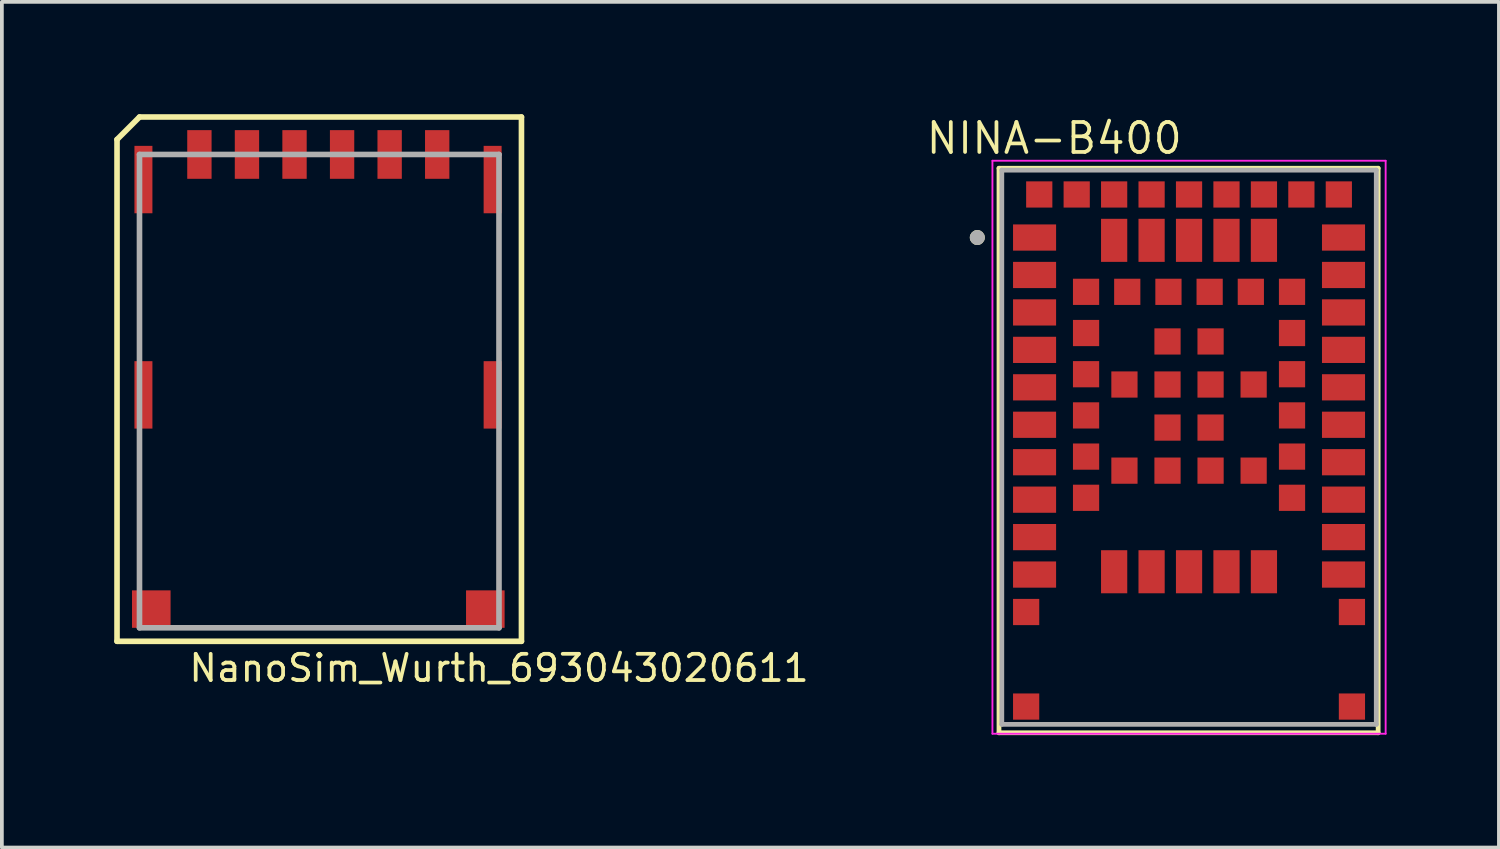
<source format=kicad_pcb>
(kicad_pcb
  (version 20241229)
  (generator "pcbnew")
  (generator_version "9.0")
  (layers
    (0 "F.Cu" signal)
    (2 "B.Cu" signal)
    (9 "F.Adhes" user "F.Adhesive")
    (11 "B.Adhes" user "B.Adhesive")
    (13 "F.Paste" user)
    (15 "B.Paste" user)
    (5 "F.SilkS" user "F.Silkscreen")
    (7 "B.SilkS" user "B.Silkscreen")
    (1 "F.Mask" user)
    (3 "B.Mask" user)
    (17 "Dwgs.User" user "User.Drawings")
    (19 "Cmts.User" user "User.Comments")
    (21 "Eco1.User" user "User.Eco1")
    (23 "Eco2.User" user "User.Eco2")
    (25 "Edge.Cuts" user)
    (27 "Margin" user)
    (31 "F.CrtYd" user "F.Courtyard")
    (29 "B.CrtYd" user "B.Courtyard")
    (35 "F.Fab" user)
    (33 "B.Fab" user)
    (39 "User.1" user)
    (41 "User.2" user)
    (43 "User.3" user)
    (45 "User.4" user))
  (footprint "NINA-B400"
    (layer "F.Cu")
    (at 28.702 7.293)
    (property "Reference" "NINA-B400" (at -3.6 -6.65 0) (layer "F.SilkS") (effects (font (size 0.8 0.8) (thickness 0.1))))
    (attr through_hole)
    (fp_line (start -5.075 -5.85) (end 5.05 -5.85) (stroke (width 0.127) (type solid)) (layer "F.SilkS"))
    (fp_line (start -5.075 9.225) (end -5.075 -5.85) (stroke (width 0.127) (type solid)) (layer "F.SilkS"))
    (fp_line (start 5.05 9.225) (end -5.075 9.225) (stroke (width 0.127) (type solid)) (layer "F.SilkS"))
    (fp_line (start 5.05 9.225) (end 5.05 -5.85) (stroke (width 0.127) (type solid)) (layer "F.SilkS"))
    (fp_circle (center -5.654 -4) (end -5.554 -4) (stroke (width 0.2) (type solid)) (fill no) (layer "F.SilkS"))
    (fp_line (start -5.25 -6.05) (end 5.25 -6.05) (stroke (width 0.05) (type solid)) (layer "F.CrtYd"))
    (fp_line (start -5.25 9.25) (end -5.25 -6.05) (stroke (width 0.05) (type solid)) (layer "F.CrtYd"))
    (fp_line (start 5.25 -6.05) (end 5.25 9.25) (stroke (width 0.05) (type solid)) (layer "F.CrtYd"))
    (fp_line (start 5.25 9.25) (end -5.25 9.25) (stroke (width 0.05) (type solid)) (layer "F.CrtYd"))
    (fp_line (start -5 -5.8) (end 5 -5.8) (stroke (width 0.127) (type solid)) (layer "F.Fab"))
    (fp_line (start -5 9) (end -5 -5.8) (stroke (width 0.127) (type solid)) (layer "F.Fab"))
    (fp_line (start 5 -5.8) (end 5 9) (stroke (width 0.127) (type solid)) (layer "F.Fab"))
    (fp_line (start 5 9) (end -5 9) (stroke (width 0.127) (type solid)) (layer "F.Fab"))
    (fp_circle (center -5.654 -4) (end -5.554 -4) (stroke (width 0.2) (type solid)) (fill no) (layer "F.Fab"))
    (pad "1" smd rect (at -4.125 -4) (size 1.15 0.7) (layers "F.Cu" "F.Mask" "F.Paste"))
    (pad "2" smd rect (at -4.125 -3) (size 1.15 0.7) (layers "F.Cu" "F.Mask" "F.Paste"))
    (pad "3" smd rect (at -4.125 -2) (size 1.15 0.7) (layers "F.Cu" "F.Mask" "F.Paste"))
    (pad "4" smd rect (at -4.125 -1) (size 1.15 0.7) (layers "F.Cu" "F.Mask" "F.Paste"))
    (pad "5" smd rect (at -4.125 0) (size 1.15 0.7) (layers "F.Cu" "F.Mask" "F.Paste"))
    (pad "6" smd rect (at -4.125 1) (size 1.15 0.7) (layers "F.Cu" "F.Mask" "F.Paste"))
    (pad "7" smd rect (at -4.125 2) (size 1.15 0.7) (layers "F.Cu" "F.Mask" "F.Paste"))
    (pad "8" smd rect (at -4.125 3) (size 1.15 0.7) (layers "F.Cu" "F.Mask" "F.Paste"))
    (pad "9" smd rect (at -4.125 4) (size 1.15 0.7) (layers "F.Cu" "F.Mask" "F.Paste"))
    (pad "10" smd rect (at -4.125 5) (size 1.15 0.7) (layers "F.Cu" "F.Mask" "F.Paste"))
    (pad "11" smd rect (at -2 4.925) (size 0.7 1.15) (layers "F.Cu" "F.Mask" "F.Paste"))
    (pad "12" smd rect (at -1 4.925) (size 0.7 1.15) (layers "F.Cu" "F.Mask" "F.Paste"))
    (pad "13" smd rect (at 0 4.925) (size 0.7 1.15) (layers "F.Cu" "F.Mask" "F.Paste"))
    (pad "14" smd rect (at 1 4.925) (size 0.7 1.15) (layers "F.Cu" "F.Mask" "F.Paste"))
    (pad "15" smd rect (at 2 4.925) (size 0.7 1.15) (layers "F.Cu" "F.Mask" "F.Paste"))
    (pad "16" smd rect (at 4.125 5) (size 1.15 0.7) (layers "F.Cu" "F.Mask" "F.Paste"))
    (pad "17" smd rect (at 4.125 4) (size 1.15 0.7) (layers "F.Cu" "F.Mask" "F.Paste"))
    (pad "18" smd rect (at 4.125 3) (size 1.15 0.7) (layers "F.Cu" "F.Mask" "F.Paste"))
    (pad "19" smd rect (at 4.125 2) (size 1.15 0.7) (layers "F.Cu" "F.Mask" "F.Paste"))
    (pad "20" smd rect (at 4.125 1) (size 1.15 0.7) (layers "F.Cu" "F.Mask" "F.Paste"))
    (pad "21" smd rect (at 4.125 0) (size 1.15 0.7) (layers "F.Cu" "F.Mask" "F.Paste"))
    (pad "22" smd rect (at 4.125 -1) (size 1.15 0.7) (layers "F.Cu" "F.Mask" "F.Paste"))
    (pad "23" smd rect (at 4.125 -2) (size 1.15 0.7) (layers "F.Cu" "F.Mask" "F.Paste"))
    (pad "24" smd rect (at 4.125 -3) (size 1.15 0.7) (layers "F.Cu" "F.Mask" "F.Paste"))
    (pad "25" smd rect (at 4.125 -4) (size 1.15 0.7) (layers "F.Cu" "F.Mask" "F.Paste"))
    (pad "26" smd rect (at 2 -3.925) (size 0.7 1.15) (layers "F.Cu" "F.Mask" "F.Paste"))
    (pad "27" smd rect (at 1 -3.925) (size 0.7 1.15) (layers "F.Cu" "F.Mask" "F.Paste"))
    (pad "28" smd rect (at 0 -3.925) (size 0.7 1.15) (layers "F.Cu" "F.Mask" "F.Paste"))
    (pad "29" smd rect (at -1 -3.925) (size 0.7 1.15) (layers "F.Cu" "F.Mask" "F.Paste"))
    (pad "30" smd rect (at -2 -3.925) (size 0.7 1.15) (layers "F.Cu" "F.Mask" "F.Paste"))
    (pad "31" smd rect (at -2.75 -2.55) (size 0.7 0.7) (layers "F.Cu" "F.Mask" "F.Paste"))
    (pad "32" smd rect (at -2.75 -1.45) (size 0.7 0.7) (layers "F.Cu" "F.Mask" "F.Paste"))
    (pad "33" smd rect (at -2.75 -0.35) (size 0.7 0.7) (layers "F.Cu" "F.Mask" "F.Paste"))
    (pad "34" smd rect (at -2.75 0.75) (size 0.7 0.7) (layers "F.Cu" "F.Mask" "F.Paste"))
    (pad "35" smd rect (at -2.75 1.85) (size 0.7 0.7) (layers "F.Cu" "F.Mask" "F.Paste"))
    (pad "36" smd rect (at -2.75 2.95) (size 0.7 0.7) (layers "F.Cu" "F.Mask" "F.Paste"))
    (pad "37" smd rect (at 2.75 2.95) (size 0.7 0.7) (layers "F.Cu" "F.Mask" "F.Paste"))
    (pad "38" smd rect (at 2.75 1.85) (size 0.7 0.7) (layers "F.Cu" "F.Mask" "F.Paste"))
    (pad "39" smd rect (at 2.75 0.75) (size 0.7 0.7) (layers "F.Cu" "F.Mask" "F.Paste"))
    (pad "40" smd rect (at 2.75 -0.35) (size 0.7 0.7) (layers "F.Cu" "F.Mask" "F.Paste"))
    (pad "41" smd rect (at 2.75 -1.45) (size 0.7 0.7) (layers "F.Cu" "F.Mask" "F.Paste"))
    (pad "42" smd rect (at 2.75 -2.55) (size 0.7 0.7) (layers "F.Cu" "F.Mask" "F.Paste"))
    (pad "43" smd rect (at 1.65 -2.55) (size 0.7 0.7) (layers "F.Cu" "F.Mask" "F.Paste"))
    (pad "44" smd rect (at 0.55 -2.55) (size 0.7 0.7) (layers "F.Cu" "F.Mask" "F.Paste"))
    (pad "45" smd rect (at -0.55 -2.55) (size 0.7 0.7) (layers "F.Cu" "F.Mask" "F.Paste"))
    (pad "46" smd rect (at -1.65 -2.55) (size 0.7 0.7) (layers "F.Cu" "F.Mask" "F.Paste"))
    (pad "47" smd rect (at 4 -5.15) (size 0.7 0.7) (layers "F.Cu" "F.Mask" "F.Paste"))
    (pad "48" smd rect (at 3 -5.15) (size 0.7 0.7) (layers "F.Cu" "F.Mask" "F.Paste"))
    (pad "49" smd rect (at 2 -5.15) (size 0.7 0.7) (layers "F.Cu" "F.Mask" "F.Paste"))
    (pad "50" smd rect (at 1 -5.15) (size 0.7 0.7) (layers "F.Cu" "F.Mask" "F.Paste"))
    (pad "51" smd rect (at 0 -5.15) (size 0.7 0.7) (layers "F.Cu" "F.Mask" "F.Paste"))
    (pad "52" smd rect (at -1 -5.15) (size 0.7 0.7) (layers "F.Cu" "F.Mask" "F.Paste"))
    (pad "53" smd rect (at -2 -5.15) (size 0.7 0.7) (layers "F.Cu" "F.Mask" "F.Paste"))
    (pad "54" smd rect (at -3 -5.15) (size 0.7 0.7) (layers "F.Cu" "F.Mask" "F.Paste"))
    (pad "55" smd rect (at -4 -5.15) (size 0.7 0.7) (layers "F.Cu" "F.Mask" "F.Paste"))
    (pad "56" smd rect (at -1.725 -0.075) (size 0.7 0.7) (layers "F.Cu" "F.Mask" "F.Paste"))
    (pad "56" smd rect (at -1.725 2.225) (size 0.7 0.7) (layers "F.Cu" "F.Mask" "F.Paste"))
    (pad "56" smd rect (at -0.575 -1.225) (size 0.7 0.7) (layers "F.Cu" "F.Mask" "F.Paste"))
    (pad "56" smd rect (at -0.575 -0.075) (size 0.7 0.7) (layers "F.Cu" "F.Mask" "F.Paste"))
    (pad "56" smd rect (at -0.575 1.075) (size 0.7 0.7) (layers "F.Cu" "F.Mask" "F.Paste"))
    (pad "56" smd rect (at -0.575 2.225) (size 0.7 0.7) (layers "F.Cu" "F.Mask" "F.Paste"))
    (pad "56" smd rect (at 0.575 -1.225) (size 0.7 0.7) (layers "F.Cu" "F.Mask" "F.Paste"))
    (pad "56" smd rect (at 0.575 -0.075) (size 0.7 0.7) (layers "F.Cu" "F.Mask" "F.Paste"))
    (pad "56" smd rect (at 0.575 1.075) (size 0.7 0.7) (layers "F.Cu" "F.Mask" "F.Paste"))
    (pad "56" smd rect (at 0.575 2.225) (size 0.7 0.7) (layers "F.Cu" "F.Mask" "F.Paste"))
    (pad "56" smd rect (at 1.725 -0.075) (size 0.7 0.7) (layers "F.Cu" "F.Mask" "F.Paste"))
    (pad "56" smd rect (at 1.725 2.225) (size 0.7 0.7) (layers "F.Cu" "F.Mask" "F.Paste"))
    (pad "57" smd rect (at -4.35 6) (size 0.7 0.7) (layers "F.Cu" "F.Mask" "F.Paste"))
    (pad "57" smd rect (at -4.35 8.525) (size 0.7 0.7) (layers "F.Cu" "F.Mask" "F.Paste"))
    (pad "57" smd rect (at 4.35 6) (size 0.7 0.7) (layers "F.Cu" "F.Mask" "F.Paste"))
    (pad "57" smd rect (at 4.35 8.525) (size 0.7 0.7) (layers "F.Cu" "F.Mask" "F.Paste")))
  (footprint "NanoSim_Wurth_693043020611"
    (layer "F.Cu")
    (at 2.275 1.075)
    (property "Reference" "NanoSim_Wurth_693043020611" (at 8.001 13.716 0) (layer "F.SilkS") (effects (font (size 0.7 0.7) (thickness 0.1))))
    (attr through_hole)
    (fp_line (start -2.2 -0.4) (end -2.2 13) (stroke (width 0.15) (type solid)) (layer "F.SilkS"))
    (fp_line (start -2.2 13) (end 8.6 13) (stroke (width 0.15) (type solid)) (layer "F.SilkS"))
    (fp_line (start -1.6 -1) (end -2.2 -0.4) (stroke (width 0.15) (type solid)) (layer "F.SilkS"))
    (fp_line (start 8.6 -1) (end -1.6 -1) (stroke (width 0.15) (type solid)) (layer "F.SilkS"))
    (fp_line (start 8.6 13) (end 8.6 -1) (stroke (width 0.15) (type solid)) (layer "F.SilkS"))
    (fp_line (start -1.6 0) (end -1.6 12.64) (stroke (width 0.15) (type solid)) (layer "F.Fab"))
    (fp_line (start -1.6 12.64) (end 8 12.64) (stroke (width 0.15) (type solid)) (layer "F.Fab"))
    (fp_line (start 8 0) (end -1.6 0) (stroke (width 0.15) (type solid)) (layer "F.Fab"))
    (fp_line (start 8 12.64) (end 8 0) (stroke (width 0.15) (type solid)) (layer "F.Fab"))
    (pad "1" smd rect (at 5.08 0) (size 0.65 1.3) (layers "F.Cu" "F.Mask" "F.Paste"))
    (pad "2" smd rect (at 2.54 0) (size 0.65 1.3) (layers "F.Cu" "F.Mask" "F.Paste"))
    (pad "3" smd rect (at 1.27 0) (size 0.65 1.3) (layers "F.Cu" "F.Mask" "F.Paste"))
    (pad "4" smd rect (at -1.495 0.67) (size 0.48 1.8) (layers "F.Cu" "F.Mask" "F.Paste"))
    (pad "4" smd rect (at -1.495 6.42) (size 0.48 1.8) (layers "F.Cu" "F.Mask" "F.Paste"))
    (pad "4" smd rect (at -1.285 12.14) (size 1.03 1) (layers "F.Cu" "F.Mask" "F.Paste"))
    (pad "4" smd rect (at 6.35 0) (size 0.65 1.3) (layers "F.Cu" "F.Mask" "F.Paste"))
    (pad "4" smd rect (at 7.635 12.14) (size 1.03 1) (layers "F.Cu" "F.Mask" "F.Paste"))
    (pad "4" smd rect (at 7.83 0.67) (size 0.48 1.8) (layers "F.Cu" "F.Mask" "F.Paste"))
    (pad "4" smd rect (at 7.83 6.42) (size 0.48 1.8) (layers "F.Cu" "F.Mask" "F.Paste"))
    (pad "5" smd rect (at 3.81 0) (size 0.65 1.3) (layers "F.Cu" "F.Mask" "F.Paste"))
    (pad "6" smd rect (at 0 0) (size 0.65 1.3) (layers "F.Cu" "F.Mask" "F.Paste")))
  (gr_rect
    (start -3 -3)
    (end 36.977 19.582)
    (stroke (width 0.1) (type default))
    (fill no)
    (layer "Edge.Cuts")))
</source>
